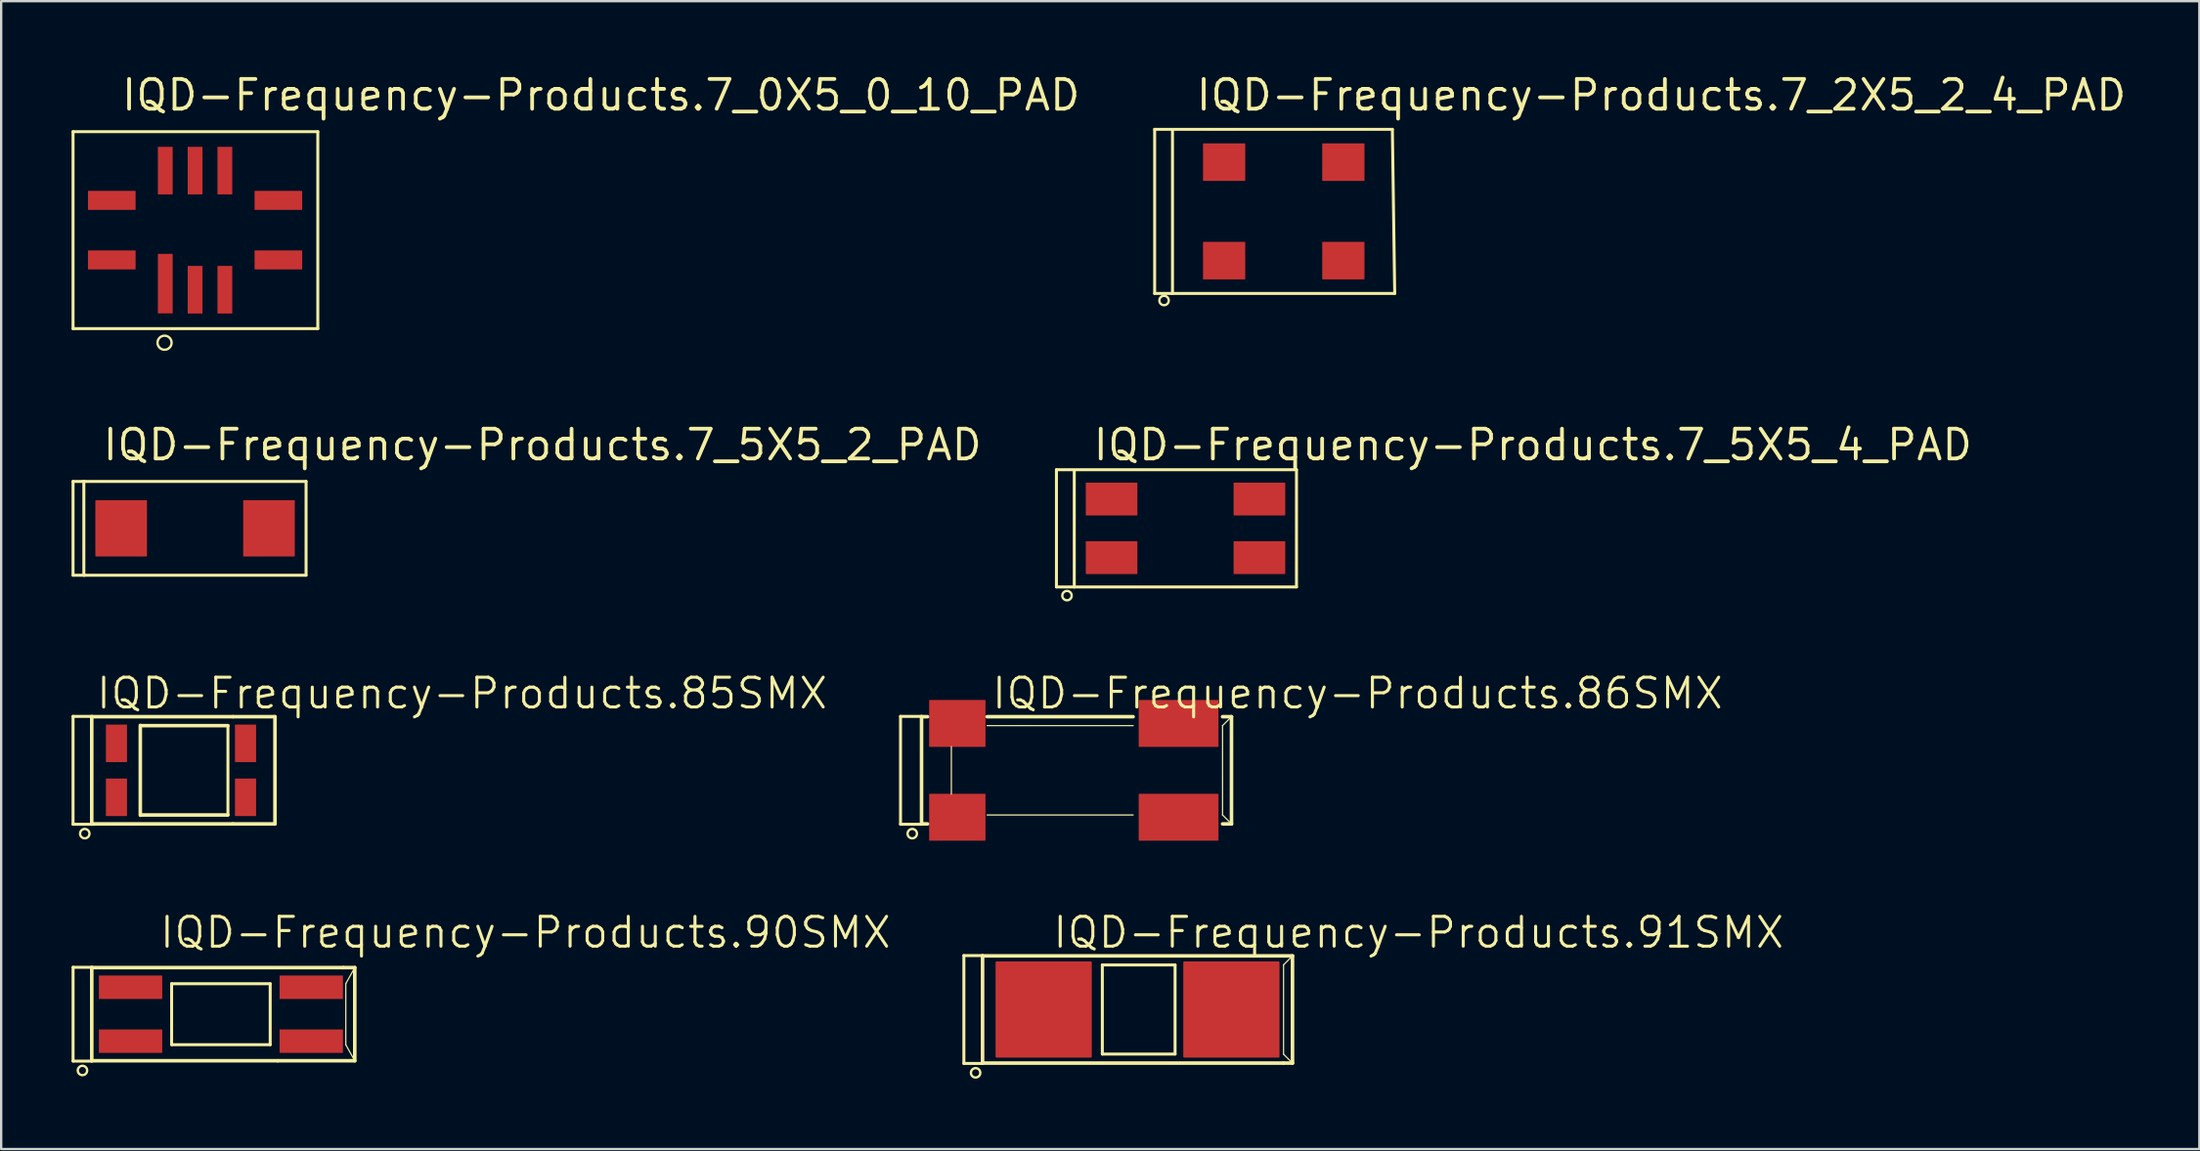
<source format=kicad_pcb>
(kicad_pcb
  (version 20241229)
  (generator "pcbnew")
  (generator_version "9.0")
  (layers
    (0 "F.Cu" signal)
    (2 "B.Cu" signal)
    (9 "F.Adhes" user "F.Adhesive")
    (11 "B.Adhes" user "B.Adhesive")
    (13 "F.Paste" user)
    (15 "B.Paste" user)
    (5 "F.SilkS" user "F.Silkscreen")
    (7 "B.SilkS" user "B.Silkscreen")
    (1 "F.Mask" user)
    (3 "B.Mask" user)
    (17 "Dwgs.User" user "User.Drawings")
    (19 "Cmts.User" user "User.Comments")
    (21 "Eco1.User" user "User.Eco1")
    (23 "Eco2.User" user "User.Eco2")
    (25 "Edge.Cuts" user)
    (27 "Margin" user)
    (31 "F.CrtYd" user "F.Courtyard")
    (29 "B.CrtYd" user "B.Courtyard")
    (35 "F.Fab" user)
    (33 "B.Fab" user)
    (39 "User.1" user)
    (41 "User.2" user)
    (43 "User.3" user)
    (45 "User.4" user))
  (footprint "IQD-Frequency-Products.90SMX"
    (layer "F.Cu")
    (at 6.364 40.2)
    (property "Reference" "IQD-Frequency-Products.90SMX" (at -2.683 -2.74 0) (layer "F.SilkS") (effects (font (size 1.27 1.27) (thickness 0.13)) (justify left bottom)))
    (attr smd)
    (fp_line (start -6.3 -2) (end -6.3 2) (stroke (width 0.127) (type default)) (layer "F.SilkS"))
    (fp_line (start -6.3 2) (end -5.5 2) (stroke (width 0.127) (type default)) (layer "F.SilkS"))
    (fp_line (start -5.504 -1.986) (end 5.213 -1.986) (stroke (width 0.152) (type default)) (layer "F.SilkS"))
    (fp_line (start -5.504 1.986) (end -5.504 -1.986) (stroke (width 0.152) (type default)) (layer "F.SilkS"))
    (fp_line (start -5.504 1.986) (end 2.413 1.986) (stroke (width 0.152) (type default)) (layer "F.SilkS"))
    (fp_line (start -5.5 -2) (end -6.3 -2) (stroke (width 0.127) (type default)) (layer "F.SilkS"))
    (fp_line (start -2.1 -1.3) (end 2.1 -1.3) (stroke (width 0.127) (type default)) (layer "F.SilkS"))
    (fp_line (start -2.1 1.3) (end -2.1 -1.3) (stroke (width 0.127) (type default)) (layer "F.SilkS"))
    (fp_line (start 2.1 -1.3) (end 2.1 1.3) (stroke (width 0.127) (type default)) (layer "F.SilkS"))
    (fp_line (start 2.1 1.3) (end -2.1 1.3) (stroke (width 0.127) (type default)) (layer "F.SilkS"))
    (fp_line (start 2.423 1.986) (end 5.704 1.986) (stroke (width 0.152) (type default)) (layer "F.SilkS"))
    (fp_line (start 5.223 -1.986) (end 5.704 -1.986) (stroke (width 0.152) (type default)) (layer "F.SilkS"))
    (fp_line (start 5.323 -1.305) (end 5.704 -1.986) (stroke (width 0.051) (type default)) (layer "F.SilkS"))
    (fp_line (start 5.323 1.305) (end 5.323 -1.305) (stroke (width 0.051) (type default)) (layer "F.SilkS"))
    (fp_line (start 5.323 1.305) (end 5.704 1.986) (stroke (width 0.051) (type default)) (layer "F.SilkS"))
    (fp_line (start 5.704 -1.986) (end 5.704 1.986) (stroke (width 0.152) (type default)) (layer "F.SilkS"))
    (fp_circle (center -5.9 2.4) (end -5.7 2.4) (stroke (width 0.1) (type default)) (fill no) (layer "F.SilkS"))
    (pad "1" smd roundrect (at -3.85 1.15) (size 2.7 1) (layers "F.Cu" "F.Mask" "F.Paste") (roundrect_rratio 0.01))
    (pad "2" smd roundrect (at 3.85 1.15) (size 2.7 1) (layers "F.Cu" "F.Mask" "F.Paste") (roundrect_rratio 0.01))
    (pad "3" smd roundrect (at 3.85 -1.15) (size 2.7 1) (layers "F.Cu" "F.Mask" "F.Paste") (roundrect_rratio 0.01))
    (pad "4" smd roundrect (at -3.85 -1.15) (size 2.7 1) (layers "F.Cu" "F.Mask" "F.Paste") (roundrect_rratio 0.01)))
  (footprint "IQD-Frequency-Products.86SMX"
    (layer "F.Cu")
    (at 42.825 29.8)
    (property "Reference" "IQD-Frequency-Products.86SMX" (at -3.683 -2.54 0) (layer "F.SilkS") (effects (font (size 1.27 1.27) (thickness 0.13)) (justify left bottom)))
    (attr smd)
    (fp_line (start -7.5 -2.3) (end -7.5 2.3) (stroke (width 0.127) (type default)) (layer "F.SilkS"))
    (fp_line (start -7.5 2.3) (end -6.6 2.3) (stroke (width 0.127) (type default)) (layer "F.SilkS"))
    (fp_line (start -6.604 -2.286) (end -6.35 -2.286) (stroke (width 0.152) (type default)) (layer "F.SilkS"))
    (fp_line (start -6.604 2.286) (end -6.604 -2.286) (stroke (width 0.152) (type default)) (layer "F.SilkS"))
    (fp_line (start -6.604 2.286) (end -6.35 2.286) (stroke (width 0.152) (type default)) (layer "F.SilkS"))
    (fp_line (start -6.6 -2.3) (end -7.5 -2.3) (stroke (width 0.127) (type default)) (layer "F.SilkS"))
    (fp_line (start -5.334 -1.016) (end -5.334 1.016) (stroke (width 0.051) (type default)) (layer "F.SilkS"))
    (fp_line (start -3.81 -2.286) (end 2.413 -2.286) (stroke (width 0.152) (type default)) (layer "F.SilkS"))
    (fp_line (start -3.81 -1.905) (end 2.413 -1.905) (stroke (width 0.051) (type default)) (layer "F.SilkS"))
    (fp_line (start -3.81 1.905) (end 2.413 1.905) (stroke (width 0.051) (type default)) (layer "F.SilkS"))
    (fp_line (start 6.223 -2.286) (end 6.604 -2.286) (stroke (width 0.152) (type default)) (layer "F.SilkS"))
    (fp_line (start 6.223 -1.905) (end 6.604 -2.286) (stroke (width 0.051) (type default)) (layer "F.SilkS"))
    (fp_line (start 6.223 1.905) (end 6.223 -1.905) (stroke (width 0.051) (type default)) (layer "F.SilkS"))
    (fp_line (start 6.223 1.905) (end 6.604 2.286) (stroke (width 0.051) (type default)) (layer "F.SilkS"))
    (fp_line (start 6.223 2.286) (end 6.604 2.286) (stroke (width 0.152) (type default)) (layer "F.SilkS"))
    (fp_line (start 6.604 -2.286) (end 6.604 2.286) (stroke (width 0.152) (type default)) (layer "F.SilkS"))
    (fp_circle (center -7 2.7) (end -6.8 2.7) (stroke (width 0.1) (type default)) (fill no) (layer "F.SilkS"))
    (pad "1" smd roundrect (at -5.08 2) (size 2.4 2) (layers "F.Cu" "F.Mask" "F.Paste") (roundrect_rratio 0.01))
    (pad "2" smd roundrect (at 4.35 2) (size 3.4 2) (layers "F.Cu" "F.Mask" "F.Paste") (roundrect_rratio 0.01))
    (pad "3" smd roundrect (at 4.35 -2) (size 3.4 2) (layers "F.Cu" "F.Mask" "F.Paste") (roundrect_rratio 0.01))
    (pad "4" smd roundrect (at -5.08 -2) (size 2.4 2) (layers "F.Cu" "F.Mask" "F.Paste") (roundrect_rratio 0.01)))
  (footprint "IQD-Frequency-Products.91SMX"
    (layer "F.Cu")
    (at 45.425 40)
    (property "Reference" "IQD-Frequency-Products.91SMX" (at -3.683 -2.54 0) (layer "F.SilkS") (effects (font (size 1.27 1.27) (thickness 0.13)) (justify left bottom)))
    (attr smd)
    (fp_line (start -7.4 -2.3) (end -7.4 2.3) (stroke (width 0.127) (type default)) (layer "F.SilkS"))
    (fp_line (start -7.4 2.3) (end -6.6 2.3) (stroke (width 0.127) (type default)) (layer "F.SilkS"))
    (fp_line (start -6.604 -2.286) (end 6.604 -2.286) (stroke (width 0.152) (type default)) (layer "F.SilkS"))
    (fp_line (start -6.604 2.286) (end -6.604 -2.286) (stroke (width 0.152) (type default)) (layer "F.SilkS"))
    (fp_line (start -6.604 2.286) (end 6.213 2.286) (stroke (width 0.152) (type default)) (layer "F.SilkS"))
    (fp_line (start -6.6 -2.3) (end -7.4 -2.3) (stroke (width 0.127) (type default)) (layer "F.SilkS"))
    (fp_line (start -1.5 -1.9) (end 1.6 -1.9) (stroke (width 0.127) (type default)) (layer "F.SilkS"))
    (fp_line (start -1.5 1.9) (end -1.5 -1.9) (stroke (width 0.127) (type default)) (layer "F.SilkS"))
    (fp_line (start 1.6 -1.9) (end 1.6 1.9) (stroke (width 0.127) (type default)) (layer "F.SilkS"))
    (fp_line (start 1.6 1.9) (end -1.5 1.9) (stroke (width 0.127) (type default)) (layer "F.SilkS"))
    (fp_line (start 6.223 -1.905) (end 6.604 -2.286) (stroke (width 0.051) (type default)) (layer "F.SilkS"))
    (fp_line (start 6.223 1.905) (end 6.223 -1.905) (stroke (width 0.051) (type default)) (layer "F.SilkS"))
    (fp_line (start 6.223 1.905) (end 6.604 2.286) (stroke (width 0.051) (type default)) (layer "F.SilkS"))
    (fp_line (start 6.223 2.286) (end 6.604 2.286) (stroke (width 0.152) (type default)) (layer "F.SilkS"))
    (fp_line (start 6.604 -2.286) (end 6.604 2.286) (stroke (width 0.152) (type default)) (layer "F.SilkS"))
    (fp_circle (center -6.9 2.7) (end -6.7 2.7) (stroke (width 0.1) (type default)) (fill no) (layer "F.SilkS"))
    (pad "1" smd roundrect (at -4 0) (size 4.1 4.1) (layers "F.Cu" "F.Mask" "F.Paste") (roundrect_rratio 0.01))
    (pad "2" smd roundrect (at 4 0) (size 4.1 4.1) (layers "F.Cu" "F.Mask" "F.Paste") (roundrect_rratio 0.01)))
  (footprint "IQD-Frequency-Products.7_5X5_2_PAD"
    (layer "F.Cu")
    (at 5.263 19.48)
    (property "Reference" "IQD-Frequency-Products.7_5X5_2_PAD" (at -4.019 -2.815 0) (layer "F.SilkS") (effects (font (size 1.27 1.27) (thickness 0.16)) (justify left bottom)))
    (attr smd)
    (fp_line (start -5.2 -2) (end -5.2 2) (stroke (width 0.127) (type default)) (layer "F.SilkS"))
    (fp_line (start -5.2 2) (end -4.74 2) (stroke (width 0.127) (type default)) (layer "F.SilkS"))
    (fp_line (start -4.74 -2) (end -5.2 -2) (stroke (width 0.127) (type default)) (layer "F.SilkS"))
    (fp_line (start -4.74 -2) (end 4.73 -2) (stroke (width 0.127) (type default)) (layer "F.SilkS"))
    (fp_line (start -4.74 2) (end -4.74 -2) (stroke (width 0.127) (type default)) (layer "F.SilkS"))
    (fp_line (start -4.7 2) (end -4.74 2) (stroke (width 0.127) (type default)) (layer "F.SilkS"))
    (fp_line (start 4.73 -2) (end 4.73 2) (stroke (width 0.127) (type default)) (layer "F.SilkS"))
    (fp_line (start 4.73 2) (end -4.7 2) (stroke (width 0.127) (type default)) (layer "F.SilkS"))
    (pad "1" smd roundrect (at -3.15 0) (size 2.2 2.4) (layers "F.Cu" "F.Mask" "F.Paste") (roundrect_rratio 0.01))
    (pad "2" smd roundrect (at 3.15 0) (size 2.2 2.4) (layers "F.Cu" "F.Mask" "F.Paste") (roundrect_rratio 0.01)))
  (footprint "IQD-Frequency-Products.85SMX"
    (layer "F.Cu")
    (at 4.663 29.8)
    (property "Reference" "IQD-Frequency-Products.85SMX" (at -3.683 -2.54 0) (layer "F.SilkS") (effects (font (size 1.27 1.27) (thickness 0.13)) (justify left bottom)))
    (attr smd)
    (fp_line (start -4.6 -2.3) (end -4.6 2.3) (stroke (width 0.127) (type default)) (layer "F.SilkS"))
    (fp_line (start -4.6 2.3) (end -3.7 2.3) (stroke (width 0.127) (type default)) (layer "F.SilkS"))
    (fp_line (start -3.804 -2.286) (end 2.213 -2.286) (stroke (width 0.152) (type default)) (layer "F.SilkS"))
    (fp_line (start -3.804 2.286) (end -3.804 -2.286) (stroke (width 0.152) (type default)) (layer "F.SilkS"))
    (fp_line (start -3.804 2.286) (end 2.213 2.286) (stroke (width 0.152) (type default)) (layer "F.SilkS"))
    (fp_line (start -3.8 -2.3) (end -4.6 -2.3) (stroke (width 0.127) (type default)) (layer "F.SilkS"))
    (fp_line (start -1.734 -1.916) (end -1.734 1.916) (stroke (width 0.152) (type default)) (layer "F.SilkS"))
    (fp_line (start -1.7 -1.905) (end 2 -1.905) (stroke (width 0.152) (type default)) (layer "F.SilkS"))
    (fp_line (start -1.7 1.905) (end 2 1.905) (stroke (width 0.152) (type default)) (layer "F.SilkS"))
    (fp_line (start 2 -1.9) (end 2 1.9) (stroke (width 0.127) (type default)) (layer "F.SilkS"))
    (fp_line (start 2.223 -2.286) (end 4.004 -2.286) (stroke (width 0.152) (type default)) (layer "F.SilkS"))
    (fp_line (start 2.223 2.286) (end 4.004 2.286) (stroke (width 0.152) (type default)) (layer "F.SilkS"))
    (fp_line (start 4.004 -2.286) (end 4.004 2.286) (stroke (width 0.152) (type default)) (layer "F.SilkS"))
    (fp_circle (center -4.1 2.7) (end -3.9 2.7) (stroke (width 0.1) (type default)) (fill no) (layer "F.SilkS"))
    (pad "1" smd roundrect (at -2.75 1.15) (size 0.9 1.6) (layers "F.Cu" "F.Mask" "F.Paste") (roundrect_rratio 0.01))
    (pad "2" smd roundrect (at 2.75 1.15) (size 0.9 1.6) (layers "F.Cu" "F.Mask" "F.Paste") (roundrect_rratio 0.01))
    (pad "3" smd roundrect (at 2.75 -1.15) (size 0.9 1.6) (layers "F.Cu" "F.Mask" "F.Paste") (roundrect_rratio 0.01))
    (pad "4" smd roundrect (at -2.75 -1.15) (size 0.9 1.6) (layers "F.Cu" "F.Mask" "F.Paste") (roundrect_rratio 0.01)))
  (footprint "IQD-Frequency-Products.7_0X5_0_10_PAD"
    (layer "F.Cu")
    (at 5.263 6.765)
    (property "Reference" "IQD-Frequency-Products.7_0X5_0_10_PAD" (at -3.219 -5.015 0) (layer "F.SilkS") (effects (font (size 1.27 1.27) (thickness 0.16)) (justify left bottom)))
    (attr smd)
    (fp_line (start -5.2 -4.2) (end -5.2 4.2) (stroke (width 0.127) (type default)) (layer "F.SilkS"))
    (fp_line (start -5.2 -4.2) (end 5.23 -4.2) (stroke (width 0.127) (type default)) (layer "F.SilkS"))
    (fp_line (start 5.23 -4.2) (end 5.23 4.2) (stroke (width 0.127) (type default)) (layer "F.SilkS"))
    (fp_line (start 5.23 4.2) (end -5.2 4.2) (stroke (width 0.127) (type default)) (layer "F.SilkS"))
    (fp_circle (center -1.3 4.8) (end -1 4.8) (stroke (width 0.1) (type default)) (fill no) (layer "F.SilkS"))
    (pad "1" smd roundrect (at -1.27 2.28 270) (size 2.54 0.63) (layers "F.Cu" "F.Mask" "F.Paste") (roundrect_rratio 0.01))
    (pad "2" smd roundrect (at 0 2.54 270) (size 2.03 0.63) (layers "F.Cu" "F.Mask" "F.Paste") (roundrect_rratio 0.01))
    (pad "3" smd roundrect (at 1.27 2.54 270) (size 2.03 0.63) (layers "F.Cu" "F.Mask" "F.Paste") (roundrect_rratio 0.01))
    (pad "4" smd roundrect (at 3.55 1.27) (size 2.03 0.81) (layers "F.Cu" "F.Mask" "F.Paste") (roundrect_rratio 0.01))
    (pad "5" smd roundrect (at 3.55 -1.27 180) (size 2.03 0.81) (layers "F.Cu" "F.Mask" "F.Paste") (roundrect_rratio 0.01))
    (pad "6" smd roundrect (at 1.27 -2.54 90) (size 2.03 0.63) (layers "F.Cu" "F.Mask" "F.Paste") (roundrect_rratio 0.01))
    (pad "7" smd roundrect (at 0 -2.54 90) (size 2.03 0.63) (layers "F.Cu" "F.Mask" "F.Paste") (roundrect_rratio 0.01))
    (pad "8" smd roundrect (at -1.27 -2.54 90) (size 2.03 0.63) (layers "F.Cu" "F.Mask" "F.Paste") (roundrect_rratio 0.01))
    (pad "9" smd roundrect (at -3.55 -1.27 180) (size 2.03 0.81) (layers "F.Cu" "F.Mask" "F.Paste") (roundrect_rratio 0.01))
    (pad "10" smd roundrect (at -3.55 1.27) (size 2.03 0.81) (layers "F.Cu" "F.Mask" "F.Paste") (roundrect_rratio 0.01)))
  (footprint "IQD-Frequency-Products.7_2X5_2_4_PAD"
    (layer "F.Cu")
    (at 51.655 5.965)
    (property "Reference" "IQD-Frequency-Products.7_2X5_2_4_PAD" (at -3.819 -4.215 0) (layer "F.SilkS") (effects (font (size 1.27 1.27) (thickness 0.16)) (justify left bottom)))
    (attr smd)
    (fp_line (start -5.5 -3.5) (end -5.5 3.5) (stroke (width 0.127) (type default)) (layer "F.SilkS"))
    (fp_line (start -5.5 -3.5) (end 4.63 -3.5) (stroke (width 0.127) (type default)) (layer "F.SilkS"))
    (fp_line (start -5.5 3.5) (end -4.74 3.5) (stroke (width 0.127) (type default)) (layer "F.SilkS"))
    (fp_line (start -4.74 3.5) (end -4.74 -3.46) (stroke (width 0.127) (type default)) (layer "F.SilkS"))
    (fp_line (start 4.63 -3.5) (end 4.73 3.5) (stroke (width 0.127) (type default)) (layer "F.SilkS"))
    (fp_line (start 4.73 3.5) (end -4.74 3.5) (stroke (width 0.127) (type default)) (layer "F.SilkS"))
    (fp_circle (center -5.1 3.8) (end -4.9 3.8) (stroke (width 0.1) (type default)) (fill no) (layer "F.SilkS"))
    (pad "1" smd roundrect (at -2.54 2.1) (size 1.8 1.6) (layers "F.Cu" "F.Mask" "F.Paste") (roundrect_rratio 0.01))
    (pad "2" smd roundrect (at 2.54 2.1) (size 1.8 1.6) (layers "F.Cu" "F.Mask" "F.Paste") (roundrect_rratio 0.01))
    (pad "3" smd roundrect (at 2.54 -2.1 180) (size 1.8 1.6) (layers "F.Cu" "F.Mask" "F.Paste") (roundrect_rratio 0.01))
    (pad "4" smd roundrect (at -2.54 -2.1 180) (size 1.8 1.6) (layers "F.Cu" "F.Mask" "F.Paste") (roundrect_rratio 0.01)))
  (footprint "IQD-Frequency-Products.7_5X5_4_PAD"
    (layer "F.Cu")
    (at 47.469 19.48)
    (property "Reference" "IQD-Frequency-Products.7_5X5_4_PAD" (at -4.019 -2.815 0) (layer "F.SilkS") (effects (font (size 1.27 1.27) (thickness 0.16)) (justify left bottom)))
    (attr smd)
    (fp_line (start -5.5 -2.5) (end -5.5 2.5) (stroke (width 0.127) (type default)) (layer "F.SilkS"))
    (fp_line (start -5.5 -2.5) (end 4.73 -2.5) (stroke (width 0.127) (type default)) (layer "F.SilkS"))
    (fp_line (start -5.5 2.5) (end -4.74 2.5) (stroke (width 0.127) (type default)) (layer "F.SilkS"))
    (fp_line (start -4.74 2.5) (end -4.74 -2.46) (stroke (width 0.127) (type default)) (layer "F.SilkS"))
    (fp_line (start 4.73 -2.5) (end 4.73 2.5) (stroke (width 0.127) (type default)) (layer "F.SilkS"))
    (fp_line (start 4.73 2.5) (end -4.74 2.5) (stroke (width 0.127) (type default)) (layer "F.SilkS"))
    (fp_circle (center -5.05 2.87) (end -4.85 2.87) (stroke (width 0.1) (type default)) (fill no) (layer "F.SilkS"))
    (pad "1" smd roundrect (at -3.15 1.25) (size 2.2 1.4) (layers "F.Cu" "F.Mask" "F.Paste") (roundrect_rratio 0.01))
    (pad "2" smd roundrect (at 3.15 1.25) (size 2.2 1.4) (layers "F.Cu" "F.Mask" "F.Paste") (roundrect_rratio 0.01))
    (pad "3" smd roundrect (at 3.15 -1.25 180) (size 2.2 1.4) (layers "F.Cu" "F.Mask" "F.Paste") (roundrect_rratio 0.01))
    (pad "4" smd roundrect (at -3.15 -1.25 180) (size 2.2 1.4) (layers "F.Cu" "F.Mask" "F.Paste") (roundrect_rratio 0.01)))
  (gr_rect
    (start -3 -3)
    (end 90.674 45.95)
    (stroke (width 0.1) (type default))
    (fill no)
    (layer "Edge.Cuts")))
</source>
